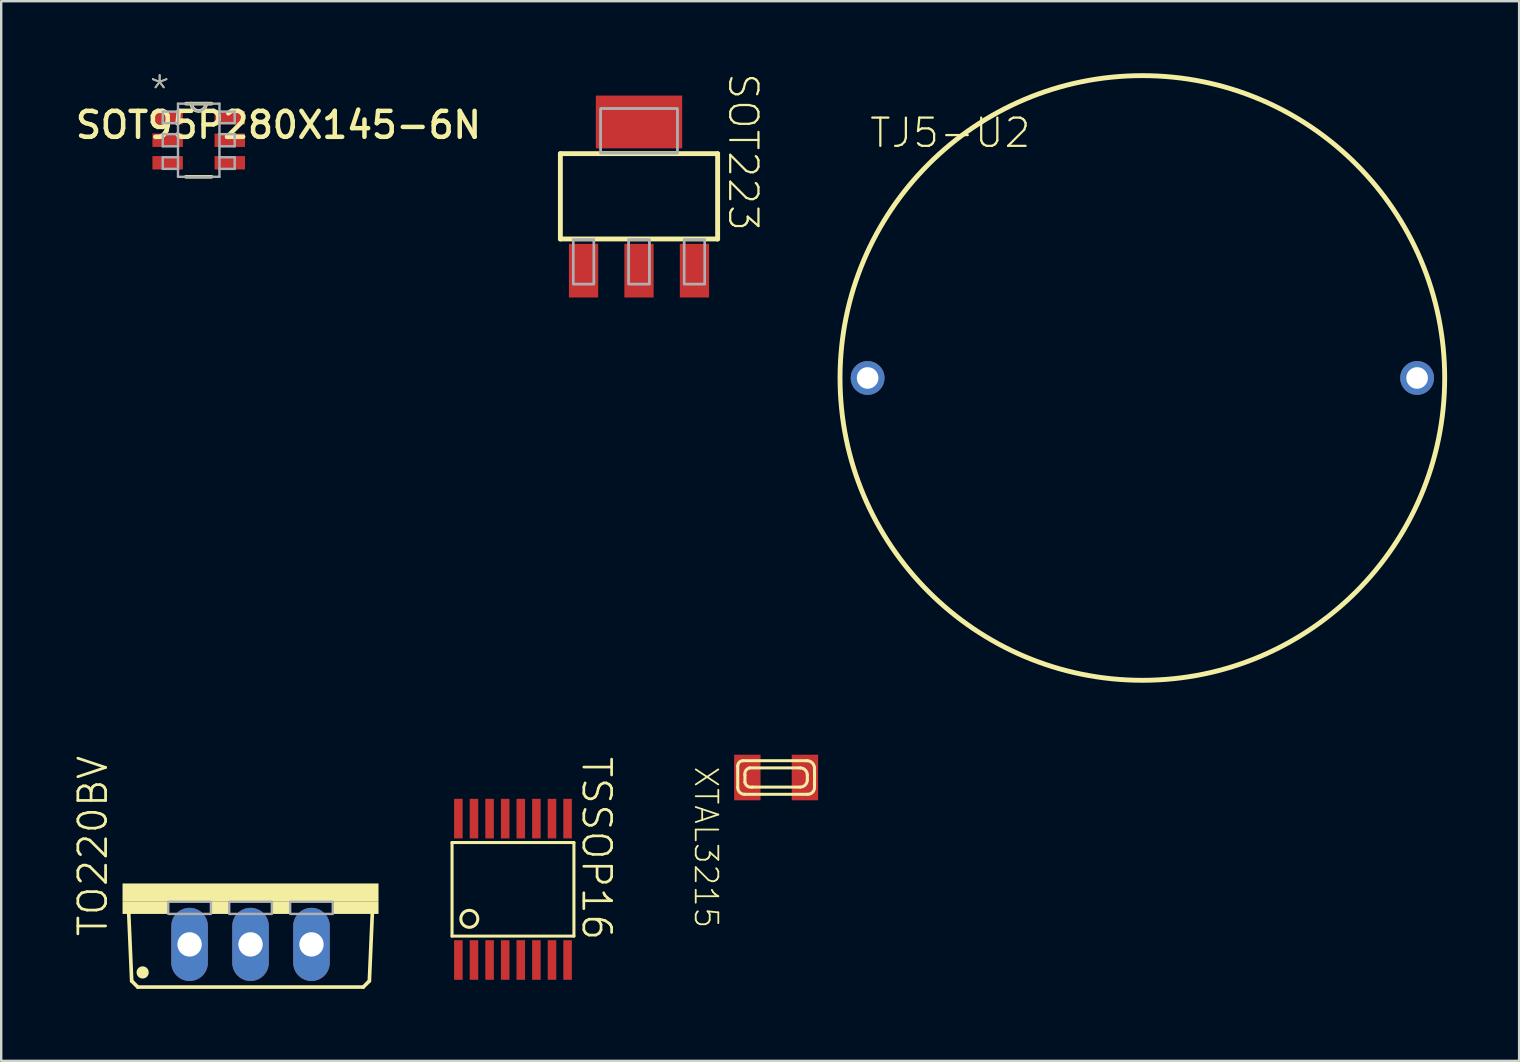
<source format=kicad_pcb>
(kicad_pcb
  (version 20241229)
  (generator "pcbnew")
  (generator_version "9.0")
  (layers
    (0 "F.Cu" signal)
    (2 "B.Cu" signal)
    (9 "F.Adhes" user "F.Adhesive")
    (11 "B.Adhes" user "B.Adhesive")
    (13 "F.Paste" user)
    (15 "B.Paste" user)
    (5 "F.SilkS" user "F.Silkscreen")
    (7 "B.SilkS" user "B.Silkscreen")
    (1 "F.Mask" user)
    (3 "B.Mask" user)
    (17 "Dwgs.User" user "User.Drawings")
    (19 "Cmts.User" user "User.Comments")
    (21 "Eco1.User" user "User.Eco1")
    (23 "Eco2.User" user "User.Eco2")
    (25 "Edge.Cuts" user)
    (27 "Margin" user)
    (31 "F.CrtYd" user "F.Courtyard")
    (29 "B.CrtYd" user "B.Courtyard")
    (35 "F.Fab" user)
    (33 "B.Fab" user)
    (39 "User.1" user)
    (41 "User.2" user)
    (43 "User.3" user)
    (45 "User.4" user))
  (footprint "TJ5-U2"
    (layer "F.Cu")
    (at 44.559 12.702)
    (property "Reference" "TJ5-U2" (at -11.43 -9.525 0) (unlocked yes) (layer "F.SilkS") (effects (font (size 1.177 1.177) (thickness 0.093)) (justify left bottom)))
    (fp_circle (center 0 0) (end 12.6 0) (stroke (width 0.203) (type solid)) (fill no) (layer "F.SilkS"))
    (pad "1" thru_hole circle (at -11.45 0) (size 1.408 1.408) (drill 0.9) (layers "*.Cu" "*.Mask"))
    (pad "2" thru_hole circle (at 11.45 0) (size 1.408 1.408) (drill 0.9) (layers "*.Cu" "*.Mask")))
  (footprint "TSSOP16"
    (layer "F.Cu")
    (at 18.329 34.013)
    (property "Reference" "TSSOP16" (at 2.805 -5.61 270) (unlocked yes) (layer "F.SilkS") (effects (font (size 1.158 1.158) (thickness 0.112)) (justify left bottom)))
    (fp_line (start -2.54 -1.95) (end -2.54 1.95) (stroke (width 0.127) (type solid)) (layer "F.SilkS"))
    (fp_line (start 2.54 -1.95) (end -2.54 -1.95) (stroke (width 0.127) (type solid)) (layer "F.SilkS"))
    (fp_line (start 2.54 -1.95) (end 2.54 1.95) (stroke (width 0.127) (type solid)) (layer "F.SilkS"))
    (fp_line (start 2.54 1.95) (end -2.54 1.95) (stroke (width 0.127) (type solid)) (layer "F.SilkS"))
    (fp_circle (center -1.82 1.23) (end -1.466 1.23) (stroke (width 0.127) (type solid)) (fill no) (layer "F.SilkS"))
    (pad "1" smd rect (at -2.276 2.946) (size 0.356 1.651) (layers "F.Cu" "F.Mask" "F.Paste"))
    (pad "2" smd rect (at -1.626 2.946) (size 0.356 1.651) (layers "F.Cu" "F.Mask" "F.Paste"))
    (pad "3" smd rect (at -0.975 2.946) (size 0.356 1.651) (layers "F.Cu" "F.Mask" "F.Paste"))
    (pad "4" smd rect (at -0.325 2.946) (size 0.356 1.651) (layers "F.Cu" "F.Mask" "F.Paste"))
    (pad "5" smd rect (at 0.325 2.946) (size 0.356 1.651) (layers "F.Cu" "F.Mask" "F.Paste"))
    (pad "6" smd rect (at 0.975 2.946) (size 0.356 1.651) (layers "F.Cu" "F.Mask" "F.Paste"))
    (pad "7" smd rect (at 1.626 2.946) (size 0.356 1.651) (layers "F.Cu" "F.Mask" "F.Paste"))
    (pad "8" smd rect (at 2.276 2.946) (size 0.356 1.651) (layers "F.Cu" "F.Mask" "F.Paste"))
    (pad "9" smd rect (at 2.276 -2.946 180) (size 0.356 1.651) (layers "F.Cu" "F.Mask" "F.Paste"))
    (pad "10" smd rect (at 1.626 -2.946 180) (size 0.356 1.651) (layers "F.Cu" "F.Mask" "F.Paste"))
    (pad "11" smd rect (at 0.975 -2.946 180) (size 0.356 1.651) (layers "F.Cu" "F.Mask" "F.Paste"))
    (pad "12" smd rect (at 0.325 -2.946 180) (size 0.356 1.651) (layers "F.Cu" "F.Mask" "F.Paste"))
    (pad "13" smd rect (at -0.325 -2.946 180) (size 0.356 1.651) (layers "F.Cu" "F.Mask" "F.Paste"))
    (pad "14" smd rect (at -0.975 -2.946 180) (size 0.356 1.651) (layers "F.Cu" "F.Mask" "F.Paste"))
    (pad "15" smd rect (at -1.626 -2.946 180) (size 0.356 1.651) (layers "F.Cu" "F.Mask" "F.Paste"))
    (pad "16" smd rect (at -2.276 -2.946 180) (size 0.356 1.651) (layers "F.Cu" "F.Mask" "F.Paste")))
  (footprint "SOT95P280X145-6N"
    (layer "F.Cu")
    (at 5.232 2.794)
    (property "Reference" "SOT95P280X145-6N" (at -5.232 0 0) (unlocked yes) (layer "F.SilkS") (effects (font (size 1.083 1.083) (thickness 0.187)) (justify left bottom)))
    (fp_line (start -0.533 1.524) (end 0.533 1.524) (stroke (width 0.152) (type solid)) (layer "F.SilkS"))
    (fp_line (start -0.305 -1.524) (end -0.533 -1.524) (stroke (width 0.152) (type solid)) (layer "F.SilkS"))
    (fp_line (start 0.305 -1.524) (end -0.305 -1.524) (stroke (width 0.152) (type solid)) (layer "F.SilkS"))
    (fp_line (start 0.533 -1.524) (end 0.305 -1.524) (stroke (width 0.152) (type solid)) (layer "F.SilkS"))
    (fp_arc (start 0.3048 -1.524) (mid 0 -1.2192) (end -0.3048 -1.524) (stroke (width 0.1524) (type solid)) (layer "F.SilkS"))
    (fp_line (start -1.499 -1.194) (end -1.499 -0.711) (stroke (width 0.1) (type solid)) (layer "F.Fab"))
    (fp_line (start -1.499 -0.711) (end -0.864 -0.711) (stroke (width 0.1) (type solid)) (layer "F.Fab"))
    (fp_line (start -1.499 -0.254) (end -1.499 0.254) (stroke (width 0.1) (type solid)) (layer "F.Fab"))
    (fp_line (start -1.499 0.254) (end -0.864 0.254) (stroke (width 0.1) (type solid)) (layer "F.Fab"))
    (fp_line (start -1.499 0.711) (end -1.499 1.194) (stroke (width 0.1) (type solid)) (layer "F.Fab"))
    (fp_line (start -1.499 1.194) (end -0.864 1.194) (stroke (width 0.1) (type solid)) (layer "F.Fab"))
    (fp_line (start -0.864 -1.524) (end -0.864 -1.194) (stroke (width 0.1) (type solid)) (layer "F.Fab"))
    (fp_line (start -0.864 -1.194) (end -1.499 -1.194) (stroke (width 0.1) (type solid)) (layer "F.Fab"))
    (fp_line (start -0.864 -1.194) (end -0.864 -0.711) (stroke (width 0.1) (type solid)) (layer "F.Fab"))
    (fp_line (start -0.864 -0.711) (end -0.864 -0.254) (stroke (width 0.1) (type solid)) (layer "F.Fab"))
    (fp_line (start -0.864 -0.254) (end -1.499 -0.254) (stroke (width 0.1) (type solid)) (layer "F.Fab"))
    (fp_line (start -0.864 -0.254) (end -0.864 0.254) (stroke (width 0.1) (type solid)) (layer "F.Fab"))
    (fp_line (start -0.864 0.254) (end -0.864 0.711) (stroke (width 0.1) (type solid)) (layer "F.Fab"))
    (fp_line (start -0.864 0.711) (end -1.499 0.711) (stroke (width 0.1) (type solid)) (layer "F.Fab"))
    (fp_line (start -0.864 1.194) (end -0.864 0.711) (stroke (width 0.1) (type solid)) (layer "F.Fab"))
    (fp_line (start -0.864 1.524) (end -0.864 1.194) (stroke (width 0.1) (type solid)) (layer "F.Fab"))
    (fp_line (start -0.864 1.524) (end 0.864 1.524) (stroke (width 0.1) (type solid)) (layer "F.Fab"))
    (fp_line (start -0.305 -1.524) (end -0.864 -1.524) (stroke (width 0.1) (type solid)) (layer "F.Fab"))
    (fp_line (start 0.305 -1.524) (end -0.305 -1.524) (stroke (width 0.1) (type solid)) (layer "F.Fab"))
    (fp_line (start 0.864 -1.524) (end 0.305 -1.524) (stroke (width 0.1) (type solid)) (layer "F.Fab"))
    (fp_line (start 0.864 -1.524) (end 0.864 -1.194) (stroke (width 0.1) (type solid)) (layer "F.Fab"))
    (fp_line (start 0.864 -1.194) (end 0.864 -0.711) (stroke (width 0.1) (type solid)) (layer "F.Fab"))
    (fp_line (start 0.864 -0.711) (end 1.499 -0.711) (stroke (width 0.1) (type solid)) (layer "F.Fab"))
    (fp_line (start 0.864 -0.254) (end 0.864 -0.711) (stroke (width 0.1) (type solid)) (layer "F.Fab"))
    (fp_line (start 0.864 0.254) (end 0.864 -0.254) (stroke (width 0.1) (type solid)) (layer "F.Fab"))
    (fp_line (start 0.864 0.254) (end 1.499 0.254) (stroke (width 0.1) (type solid)) (layer "F.Fab"))
    (fp_line (start 0.864 0.711) (end 0.864 0.254) (stroke (width 0.1) (type solid)) (layer "F.Fab"))
    (fp_line (start 0.864 1.194) (end 0.864 0.711) (stroke (width 0.1) (type solid)) (layer "F.Fab"))
    (fp_line (start 0.864 1.194) (end 1.499 1.194) (stroke (width 0.1) (type solid)) (layer "F.Fab"))
    (fp_line (start 0.864 1.524) (end 0.864 1.194) (stroke (width 0.1) (type solid)) (layer "F.Fab"))
    (fp_line (start 1.499 -1.194) (end 0.864 -1.194) (stroke (width 0.1) (type solid)) (layer "F.Fab"))
    (fp_line (start 1.499 -0.711) (end 1.499 -1.194) (stroke (width 0.1) (type solid)) (layer "F.Fab"))
    (fp_line (start 1.499 -0.254) (end 0.864 -0.254) (stroke (width 0.1) (type solid)) (layer "F.Fab"))
    (fp_line (start 1.499 0.254) (end 1.499 -0.254) (stroke (width 0.1) (type solid)) (layer "F.Fab"))
    (fp_line (start 1.499 0.711) (end 0.864 0.711) (stroke (width 0.1) (type solid)) (layer "F.Fab"))
    (fp_line (start 1.499 1.194) (end 1.499 0.711) (stroke (width 0.1) (type solid)) (layer "F.Fab"))
    (fp_arc (start 0.3048 -1.524) (mid 0 -1.2192) (end -0.3048 -1.524) (stroke (width 0.1) (type solid)) (layer "F.Fab"))
    (fp_text user "*" (at -2.134 -1.372 0) (unlocked yes) (layer "F.SilkS") (effects (font (size 1.194 1.194) (thickness 0.076)) (justify left bottom)))
    (fp_text user "*" (at -2.134 -1.372 0) (unlocked yes) (layer "F.Fab") (effects (font (size 1.194 1.194) (thickness 0.076)) (justify left bottom)))
    (pad "1" smd rect (at -1.295 -0.94) (size 1.27 0.559) (layers "F.Cu" "F.Mask" "F.Paste"))
    (pad "2" smd rect (at -1.295 0) (size 1.27 0.559) (layers "F.Cu" "F.Mask" "F.Paste"))
    (pad "3" smd rect (at -1.295 0.94) (size 1.27 0.559) (layers "F.Cu" "F.Mask" "F.Paste"))
    (pad "4" smd rect (at 1.295 0.94) (size 1.27 0.559) (layers "F.Cu" "F.Mask" "F.Paste"))
    (pad "5" smd rect (at 1.295 0) (size 1.27 0.559) (layers "F.Cu" "F.Mask" "F.Paste"))
    (pad "6" smd rect (at 1.295 -0.94) (size 1.27 0.559) (layers "F.Cu" "F.Mask" "F.Paste")))
  (footprint "XTAL3215"
    (layer "F.Cu")
    (at 29.296 29.353)
    (property "Reference" "XTAL3215" (at -3.47 -0.522 270) (unlocked yes) (layer "F.SilkS") (effects (font (size 0.941 0.941) (thickness 0.075)) (justify left bottom)))
    (fp_line (start -1.6 0.417) (end -1.6 -0.476) (stroke (width 0.127) (type solid)) (layer "F.SilkS"))
    (fp_line (start -1.376 -0.7) (end 1.284 -0.7) (stroke (width 0.127) (type solid)) (layer "F.SilkS"))
    (fp_line (start -1.3 0.2) (end -1.3 -0.1) (stroke (width 0.127) (type solid)) (layer "F.SilkS"))
    (fp_line (start -1.1 -0.4) (end 1 -0.4) (stroke (width 0.127) (type solid)) (layer "F.SilkS"))
    (fp_line (start 1 0.4) (end -1 0.4) (stroke (width 0.127) (type solid)) (layer "F.SilkS"))
    (fp_line (start 1.3 -0.1) (end 1.3 0.1) (stroke (width 0.127) (type solid)) (layer "F.SilkS"))
    (fp_line (start 1.317 0.7) (end -1.317 0.7) (stroke (width 0.127) (type solid)) (layer "F.SilkS"))
    (fp_line (start 1.6 -0.384) (end 1.6 0.417) (stroke (width 0.127) (type solid)) (layer "F.SilkS"))
    (fp_arc (start -1.6 -0.4764) (mid -1.534509 -0.634509) (end -1.3764 -0.7) (stroke (width 0.127) (type solid)) (layer "F.SilkS"))
    (fp_arc (start -1.3172 0.7) (mid -1.51717 0.61717) (end -1.6 0.4172) (stroke (width 0.127) (type solid)) (layer "F.SilkS"))
    (fp_arc (start -1.3 -0.1) (mid -1.262161 -0.291441) (end -1.099999 -0.399999) (stroke (width 0.127) (type solid)) (layer "F.SilkS"))
    (fp_arc (start -1 0.4) (mid -1.191422 0.362132) (end -1.300001 0.199999) (stroke (width 0.127) (type solid)) (layer "F.SilkS"))
    (fp_arc (start 1 -0.4) (mid 1.212103 -0.312103) (end 1.3 -0.1) (stroke (width 0.127) (type solid)) (layer "F.SilkS"))
    (fp_arc (start 1.2838 -0.7) (mid 1.507387 -0.607387) (end 1.6 -0.3838) (stroke (width 0.127) (type solid)) (layer "F.SilkS"))
    (fp_arc (start 1.3 0.1) (mid 1.212132 0.312132) (end 0.999999 0.399999) (stroke (width 0.127) (type solid)) (layer "F.SilkS"))
    (fp_arc (start 1.6 0.4172) (mid 1.51717 0.61717) (end 1.3172 0.7) (stroke (width 0.127) (type solid)) (layer "F.SilkS"))
    (pad "P$1" smd rect (at 1.2 0) (size 1.1 1.9) (layers "F.Cu" "F.Mask" "F.Paste"))
    (pad "P$2" smd rect (at -1.2 0 180) (size 1.1 1.9) (layers "F.Cu" "F.Mask" "F.Paste")))
  (footprint "TO220BV"
    (layer "F.Cu")
    (at 7.391 33.769)
    (property "Reference" "TO220BV" (at -5.893 2.286 90) (unlocked yes) (layer "F.SilkS") (effects (font (size 1.156 1.156) (thickness 0.114)) (justify left bottom)))
    (fp_line (start -4.953 4.064) (end -5.08 1.143) (stroke (width 0.152) (type solid)) (layer "F.SilkS"))
    (fp_line (start -4.953 4.064) (end -4.699 4.318) (stroke (width 0.152) (type solid)) (layer "F.SilkS"))
    (fp_line (start 4.699 4.318) (end -4.699 4.318) (stroke (width 0.152) (type solid)) (layer "F.SilkS"))
    (fp_line (start 4.699 4.318) (end 4.953 4.064) (stroke (width 0.152) (type solid)) (layer "F.SilkS"))
    (fp_line (start 5.08 1.143) (end 4.953 4.064) (stroke (width 0.152) (type solid)) (layer "F.SilkS"))
    (fp_circle (center -4.496 3.708) (end -4.369 3.708) (stroke (width 0.254) (type solid)) (fill yes) (layer "F.SilkS"))
    (fp_poly (pts (xy -5.334 0.762) (xy 5.334 0.762) (xy 5.334 0) (xy -5.334 0)) (stroke (width 0) (type default)) (fill yes) (layer "F.SilkS"))
    (fp_poly (pts (xy -5.334 1.27) (xy -3.429 1.27) (xy -3.429 0.762) (xy -5.334 0.762)) (stroke (width 0) (type default)) (fill yes) (layer "F.SilkS"))
    (fp_poly (pts (xy -1.651 1.27) (xy -0.889 1.27) (xy -0.889 0.762) (xy -1.651 0.762)) (stroke (width 0) (type default)) (fill yes) (layer "F.SilkS"))
    (fp_poly (pts (xy 0.889 1.27) (xy 1.651 1.27) (xy 1.651 0.762) (xy 0.889 0.762)) (stroke (width 0) (type default)) (fill yes) (layer "F.SilkS"))
    (fp_poly (pts (xy 3.429 1.27) (xy 5.334 1.27) (xy 5.334 0.762) (xy 3.429 0.762)) (stroke (width 0) (type default)) (fill yes) (layer "F.SilkS"))
    (fp_poly (pts (xy -3.429 1.27) (xy -1.651 1.27) (xy -1.651 0.762) (xy -3.429 0.762)) (stroke (width 0.1) (type default)) (fill no) (layer "F.Fab"))
    (fp_poly (pts (xy -0.889 1.27) (xy 0.889 1.27) (xy 0.889 0.762) (xy -0.889 0.762)) (stroke (width 0.1) (type default)) (fill no) (layer "F.Fab"))
    (fp_poly (pts (xy 1.651 1.27) (xy 3.429 1.27) (xy 3.429 0.762) (xy 1.651 0.762)) (stroke (width 0.1) (type default)) (fill no) (layer "F.Fab"))
    (pad "D" thru_hole oval (at 0 2.54 90) (size 3.048 1.524) (drill 1.016) (layers "*.Cu" "*.Mask"))
    (pad "G" thru_hole oval (at -2.54 2.54 90) (size 3.048 1.524) (drill 1.016) (layers "*.Cu" "*.Mask"))
    (pad "S" thru_hole oval (at 2.54 2.54 90) (size 3.048 1.524) (drill 1.016) (layers "*.Cu" "*.Mask")))
  (footprint "SOT223"
    (layer "F.Cu")
    (at 23.581 5.132)
    (property "Reference" "SOT223" (at 5.029 1.524 270) (unlocked yes) (layer "F.SilkS") (effects (font (size 1.177 1.177) (thickness 0.093)) (justify right top)))
    (fp_line (start -3.277 -1.778) (end 3.277 -1.778) (stroke (width 0.203) (type solid)) (layer "F.SilkS"))
    (fp_line (start -3.277 1.778) (end -3.277 -1.778) (stroke (width 0.203) (type solid)) (layer "F.SilkS"))
    (fp_line (start 3.277 -1.778) (end 3.277 1.778) (stroke (width 0.203) (type solid)) (layer "F.SilkS"))
    (fp_line (start 3.277 1.778) (end -3.277 1.778) (stroke (width 0.203) (type solid)) (layer "F.SilkS"))
    (fp_poly (pts (xy -2.743 3.658) (xy -1.88 3.658) (xy -1.88 1.803) (xy -2.743 1.803)) (stroke (width 0.1) (type default)) (fill no) (layer "F.Fab"))
    (fp_poly (pts (xy -2.743 3.658) (xy -1.88 3.658) (xy -1.88 1.803) (xy -2.743 1.803)) (stroke (width 0.1) (type default)) (fill no) (layer "F.Fab"))
    (fp_poly (pts (xy -1.6 -1.803) (xy 1.6 -1.803) (xy 1.6 -3.658) (xy -1.6 -3.658)) (stroke (width 0.1) (type default)) (fill no) (layer "F.Fab"))
    (fp_poly (pts (xy -1.6 -1.803) (xy 1.6 -1.803) (xy 1.6 -3.658) (xy -1.6 -3.658)) (stroke (width 0.1) (type default)) (fill no) (layer "F.Fab"))
    (fp_poly (pts (xy -0.432 3.658) (xy 0.432 3.658) (xy 0.432 1.803) (xy -0.432 1.803)) (stroke (width 0.1) (type default)) (fill no) (layer "F.Fab"))
    (fp_poly (pts (xy -0.432 3.658) (xy 0.432 3.658) (xy 0.432 1.803) (xy -0.432 1.803)) (stroke (width 0.1) (type default)) (fill no) (layer "F.Fab"))
    (fp_poly (pts (xy 1.88 3.658) (xy 2.743 3.658) (xy 2.743 1.803) (xy 1.88 1.803)) (stroke (width 0.1) (type default)) (fill no) (layer "F.Fab"))
    (fp_poly (pts (xy 1.88 3.658) (xy 2.743 3.658) (xy 2.743 1.803) (xy 1.88 1.803)) (stroke (width 0.1) (type default)) (fill no) (layer "F.Fab"))
    (pad "1" smd rect (at -2.311 3.099) (size 1.219 2.235) (layers "F.Cu" "F.Mask" "F.Paste"))
    (pad "2" smd rect (at 0 3.099) (size 1.219 2.235) (layers "F.Cu" "F.Mask" "F.Paste"))
    (pad "3" smd rect (at 2.311 3.099) (size 1.219 2.235) (layers "F.Cu" "F.Mask" "F.Paste"))
    (pad "4" smd rect (at 0 -3.099) (size 3.6 2.2) (layers "F.Cu" "F.Mask" "F.Paste")))
  (gr_rect
    (start -3 -3)
    (end 60.261 41.163)
    (stroke (width 0.1) (type default))
    (fill no)
    (layer "Edge.Cuts")))
</source>
